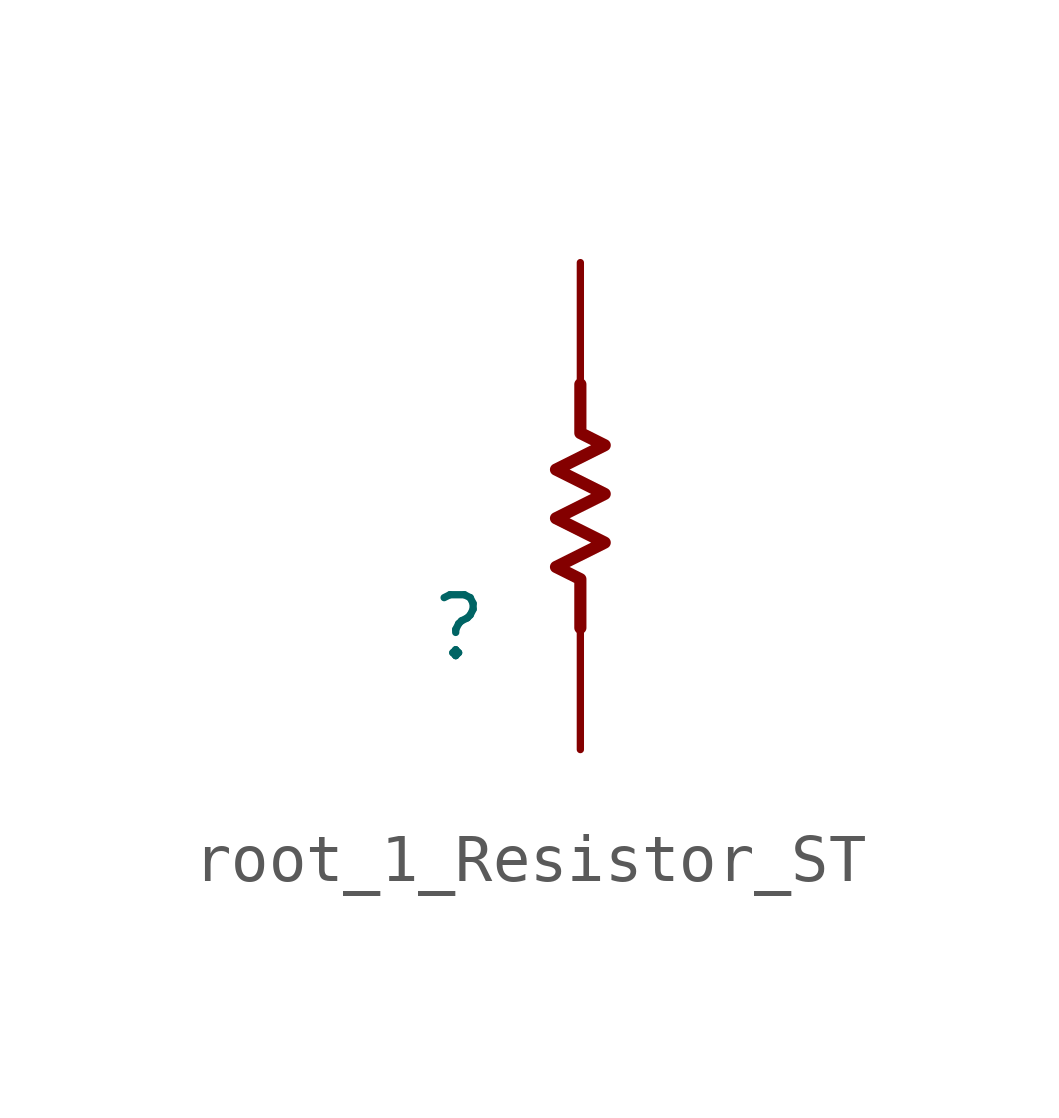
<source format=kicad_sym>
(kicad_symbol_lib
  (version 20231120)
  (generator "kicad_symbol_editor")
  (generator_version "8.0")
  (symbol "root_1_Resistor_ST"
    (property "Reference" ""
      (at 0 0 0)
      (effects (font (size 1.27 1.27))))
    (property "Value" ""
      (at 0 0 0)
      (effects (font (size 1.27 1.27))))
    (symbol "root_1_Resistor_ST_1_0"
      (polyline (pts (xy 2.54 5.08) (xy 2.54 4.064) (xy 3.048 3.81) (xy 2.032 3.302) (xy 3.048 2.794) (xy 2.032 2.286) (xy 3.048 1.778) (xy 2.032 1.27) (xy 2.54 1.016) (xy 2.54 0)) (stroke (width 0.254) (type solid)) (fill (type none)))
      (pin passive line (at 2.54 -2.54 90) (length 2.54) (name "1" (effects (font (size 0 0)))) (number "1" (effects (font (size 0 0)))))
      (pin passive line (at 2.54 7.62 270) (length 2.54) (name "2" (effects (font (size 0 0)))) (number "2" (effects (font (size 0 0))))))))
</source>
